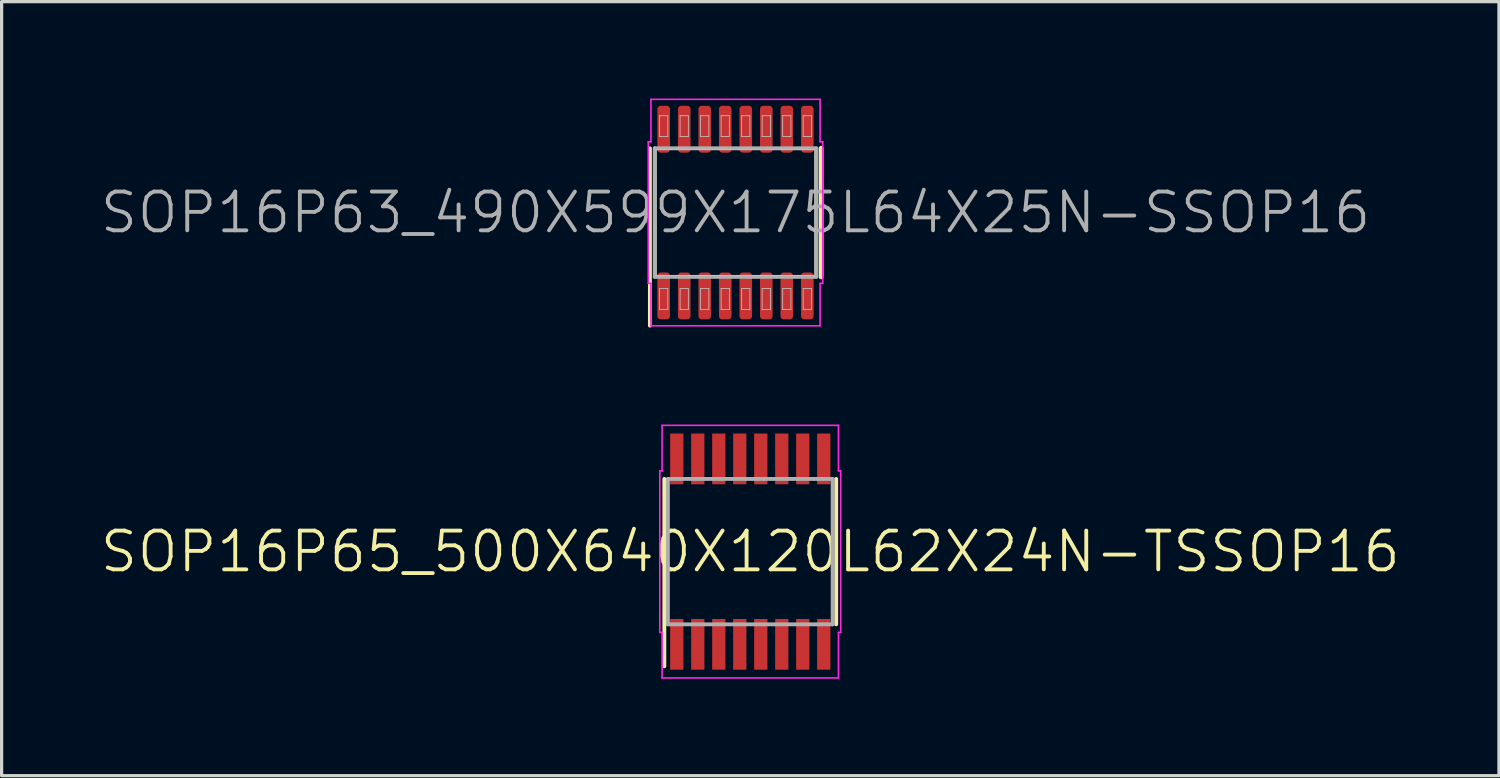
<source format=kicad_pcb>
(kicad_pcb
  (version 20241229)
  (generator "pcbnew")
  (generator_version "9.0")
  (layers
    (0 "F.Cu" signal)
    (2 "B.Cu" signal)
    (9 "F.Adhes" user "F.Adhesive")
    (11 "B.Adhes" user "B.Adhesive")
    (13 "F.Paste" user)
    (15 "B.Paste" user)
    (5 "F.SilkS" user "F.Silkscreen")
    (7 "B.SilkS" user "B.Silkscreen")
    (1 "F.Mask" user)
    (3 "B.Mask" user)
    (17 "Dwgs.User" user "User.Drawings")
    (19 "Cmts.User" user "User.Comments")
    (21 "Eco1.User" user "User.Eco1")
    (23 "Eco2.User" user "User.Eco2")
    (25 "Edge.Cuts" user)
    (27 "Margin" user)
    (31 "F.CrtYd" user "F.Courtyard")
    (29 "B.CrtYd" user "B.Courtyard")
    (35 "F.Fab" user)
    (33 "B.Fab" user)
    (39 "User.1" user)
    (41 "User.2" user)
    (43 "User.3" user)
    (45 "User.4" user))
  (footprint "SOP16P65_500X640X120L62X24N-TSSOP16"
    (layer "F.Cu")
    (at 20.174 14.025)
    (property "Reference" "SOP16P65_500X640X120L62X24N-TSSOP16" (at 0 0 0) (layer "F.SilkS") (effects (font (size 1.2 1.2) (thickness 0.12))))
    (attr smd)
    (fp_line (start -2.66 3.55) (end -2.66 -2.25) (stroke (width 0.12) (type solid)) (layer "F.SilkS"))
    (fp_line (start 2.66 2.25) (end 2.66 -2.25) (stroke (width 0.12) (type solid)) (layer "F.SilkS"))
    (fp_line (start -2.8 -2.5) (end -2.8 2.5) (stroke (width 0.05) (type solid)) (layer "F.CrtYd"))
    (fp_line (start -2.8 2.5) (end -2.73 2.5) (stroke (width 0.05) (type solid)) (layer "F.CrtYd"))
    (fp_line (start -2.73 -3.91) (end -2.73 -2.5) (stroke (width 0.05) (type solid)) (layer "F.CrtYd"))
    (fp_line (start -2.73 -2.5) (end -2.8 -2.5) (stroke (width 0.05) (type solid)) (layer "F.CrtYd"))
    (fp_line (start -2.73 2.5) (end -2.73 3.91) (stroke (width 0.05) (type solid)) (layer "F.CrtYd"))
    (fp_line (start -2.73 3.91) (end 2.73 3.91) (stroke (width 0.05) (type solid)) (layer "F.CrtYd"))
    (fp_line (start 2.73 -3.91) (end -2.73 -3.91) (stroke (width 0.05) (type solid)) (layer "F.CrtYd"))
    (fp_line (start 2.73 -2.5) (end 2.73 -3.91) (stroke (width 0.05) (type solid)) (layer "F.CrtYd"))
    (fp_line (start 2.73 2.5) (end 2.8 2.5) (stroke (width 0.05) (type solid)) (layer "F.CrtYd"))
    (fp_line (start 2.73 3.91) (end 2.73 2.5) (stroke (width 0.05) (type solid)) (layer "F.CrtYd"))
    (fp_line (start 2.8 -2.5) (end 2.73 -2.5) (stroke (width 0.05) (type solid)) (layer "F.CrtYd"))
    (fp_line (start 2.8 2.5) (end 2.8 -2.5) (stroke (width 0.05) (type solid)) (layer "F.CrtYd"))
    (fp_line (start -2.55 -2.25) (end 2.55 -2.25) (stroke (width 0.12) (type solid)) (layer "F.Fab"))
    (fp_line (start -2.55 2.25) (end -2.55 -2.25) (stroke (width 0.12) (type solid)) (layer "F.Fab"))
    (fp_line (start 2.55 -2.25) (end 2.55 2.25) (stroke (width 0.12) (type solid)) (layer "F.Fab"))
    (fp_line (start 2.55 2.25) (end -2.55 2.25) (stroke (width 0.12) (type solid)) (layer "F.Fab"))
    (pad "1" smd rect (at -2.275 2.87 90) (size 1.57 0.41) (layers "F.Cu" "F.Mask" "F.Paste"))
    (pad "2" smd rect (at -1.625 2.87 90) (size 1.57 0.41) (layers "F.Cu" "F.Mask" "F.Paste"))
    (pad "3" smd rect (at -0.975 2.87 90) (size 1.57 0.41) (layers "F.Cu" "F.Mask" "F.Paste"))
    (pad "4" smd rect (at -0.325 2.87 90) (size 1.57 0.41) (layers "F.Cu" "F.Mask" "F.Paste"))
    (pad "5" smd rect (at 0.325 2.87 90) (size 1.57 0.41) (layers "F.Cu" "F.Mask" "F.Paste"))
    (pad "6" smd rect (at 0.975 2.87 90) (size 1.57 0.41) (layers "F.Cu" "F.Mask" "F.Paste"))
    (pad "7" smd rect (at 1.625 2.87 90) (size 1.57 0.41) (layers "F.Cu" "F.Mask" "F.Paste"))
    (pad "8" smd rect (at 2.275 2.87 90) (size 1.57 0.41) (layers "F.Cu" "F.Mask" "F.Paste"))
    (pad "9" smd rect (at 2.275 -2.87 90) (size 1.57 0.41) (layers "F.Cu" "F.Mask" "F.Paste"))
    (pad "10" smd rect (at 1.625 -2.87 90) (size 1.57 0.41) (layers "F.Cu" "F.Mask" "F.Paste"))
    (pad "11" smd rect (at 0.975 -2.87 90) (size 1.57 0.41) (layers "F.Cu" "F.Mask" "F.Paste"))
    (pad "12" smd rect (at 0.325 -2.87 90) (size 1.57 0.41) (layers "F.Cu" "F.Mask" "F.Paste"))
    (pad "13" smd rect (at -0.325 -2.87 90) (size 1.57 0.41) (layers "F.Cu" "F.Mask" "F.Paste"))
    (pad "14" smd rect (at -0.975 -2.87 90) (size 1.57 0.41) (layers "F.Cu" "F.Mask" "F.Paste"))
    (pad "15" smd rect (at -1.625 -2.87 90) (size 1.57 0.41) (layers "F.Cu" "F.Mask" "F.Paste"))
    (pad "16" smd rect (at -2.275 -2.87 90) (size 1.57 0.41) (layers "F.Cu" "F.Mask" "F.Paste")))
  (footprint "SOP16P63_490X599X175L64X25N-SSOP16"
    (layer "F.Cu")
    (at 19.717 3.53)
    (property "Reference" "SOP16P63_490X599X175L64X25N-SSOP16" (at 0 0 0) (layer "F.Fab") (effects (font (size 1.2 1.2) (thickness 0.12))))
    (attr smd)
    (fp_line (start -2.65 3.5) (end -2.65 -1.99) (stroke (width 0.12) (type solid)) (layer "F.SilkS"))
    (fp_line (start 2.65 1.99) (end 2.65 -1.99) (stroke (width 0.15) (type solid)) (layer "F.SilkS"))
    (fp_line (start -2.453 -1.948) (end 2.453 -1.948) (stroke (width 0.025) (type solid)) (layer "Dwgs.User"))
    (fp_line (start -2.453 1.948) (end -2.453 -1.948) (stroke (width 0.025) (type solid)) (layer "Dwgs.User"))
    (fp_line (start -2.35 -2.998) (end -2.095 -2.998) (stroke (width 0.025) (type solid)) (layer "Dwgs.User"))
    (fp_line (start -2.35 -2.353) (end -2.35 -2.998) (stroke (width 0.025) (type solid)) (layer "Dwgs.User"))
    (fp_line (start -2.35 2.353) (end -2.095 2.353) (stroke (width 0.025) (type solid)) (layer "Dwgs.User"))
    (fp_line (start -2.35 2.998) (end -2.35 2.353) (stroke (width 0.025) (type solid)) (layer "Dwgs.User"))
    (fp_line (start -2.095 -2.998) (end -2.095 -2.353) (stroke (width 0.025) (type solid)) (layer "Dwgs.User"))
    (fp_line (start -2.095 -2.353) (end -2.35 -2.353) (stroke (width 0.025) (type solid)) (layer "Dwgs.User"))
    (fp_line (start -2.095 2.353) (end -2.095 2.998) (stroke (width 0.025) (type solid)) (layer "Dwgs.User"))
    (fp_line (start -2.095 2.998) (end -2.35 2.998) (stroke (width 0.025) (type solid)) (layer "Dwgs.User"))
    (fp_line (start -1.715 -2.998) (end -1.46 -2.998) (stroke (width 0.025) (type solid)) (layer "Dwgs.User"))
    (fp_line (start -1.715 -2.353) (end -1.715 -2.998) (stroke (width 0.025) (type solid)) (layer "Dwgs.User"))
    (fp_line (start -1.715 2.353) (end -1.46 2.353) (stroke (width 0.025) (type solid)) (layer "Dwgs.User"))
    (fp_line (start -1.715 2.998) (end -1.715 2.353) (stroke (width 0.025) (type solid)) (layer "Dwgs.User"))
    (fp_line (start -1.46 -2.998) (end -1.46 -2.353) (stroke (width 0.025) (type solid)) (layer "Dwgs.User"))
    (fp_line (start -1.46 -2.353) (end -1.715 -2.353) (stroke (width 0.025) (type solid)) (layer "Dwgs.User"))
    (fp_line (start -1.46 2.353) (end -1.46 2.998) (stroke (width 0.025) (type solid)) (layer "Dwgs.User"))
    (fp_line (start -1.46 2.998) (end -1.715 2.998) (stroke (width 0.025) (type solid)) (layer "Dwgs.User"))
    (fp_line (start -1.08 -2.998) (end -0.825 -2.998) (stroke (width 0.025) (type solid)) (layer "Dwgs.User"))
    (fp_line (start -1.08 -2.353) (end -1.08 -2.998) (stroke (width 0.025) (type solid)) (layer "Dwgs.User"))
    (fp_line (start -1.08 2.353) (end -0.825 2.353) (stroke (width 0.025) (type solid)) (layer "Dwgs.User"))
    (fp_line (start -1.08 2.998) (end -1.08 2.353) (stroke (width 0.025) (type solid)) (layer "Dwgs.User"))
    (fp_line (start -0.825 -2.998) (end -0.825 -2.353) (stroke (width 0.025) (type solid)) (layer "Dwgs.User"))
    (fp_line (start -0.825 -2.353) (end -1.08 -2.353) (stroke (width 0.025) (type solid)) (layer "Dwgs.User"))
    (fp_line (start -0.825 2.353) (end -0.825 2.998) (stroke (width 0.025) (type solid)) (layer "Dwgs.User"))
    (fp_line (start -0.825 2.998) (end -1.08 2.998) (stroke (width 0.025) (type solid)) (layer "Dwgs.User"))
    (fp_line (start -0.445 -2.998) (end -0.19 -2.998) (stroke (width 0.025) (type solid)) (layer "Dwgs.User"))
    (fp_line (start -0.445 -2.353) (end -0.445 -2.998) (stroke (width 0.025) (type solid)) (layer "Dwgs.User"))
    (fp_line (start -0.445 2.353) (end -0.19 2.353) (stroke (width 0.025) (type solid)) (layer "Dwgs.User"))
    (fp_line (start -0.445 2.998) (end -0.445 2.353) (stroke (width 0.025) (type solid)) (layer "Dwgs.User"))
    (fp_line (start -0.19 -2.998) (end -0.19 -2.353) (stroke (width 0.025) (type solid)) (layer "Dwgs.User"))
    (fp_line (start -0.19 -2.353) (end -0.445 -2.353) (stroke (width 0.025) (type solid)) (layer "Dwgs.User"))
    (fp_line (start -0.19 2.353) (end -0.19 2.998) (stroke (width 0.025) (type solid)) (layer "Dwgs.User"))
    (fp_line (start -0.19 2.998) (end -0.445 2.998) (stroke (width 0.025) (type solid)) (layer "Dwgs.User"))
    (fp_line (start 0.19 -2.998) (end 0.445 -2.998) (stroke (width 0.025) (type solid)) (layer "Dwgs.User"))
    (fp_line (start 0.19 -2.353) (end 0.19 -2.998) (stroke (width 0.025) (type solid)) (layer "Dwgs.User"))
    (fp_line (start 0.19 2.353) (end 0.445 2.353) (stroke (width 0.025) (type solid)) (layer "Dwgs.User"))
    (fp_line (start 0.19 2.998) (end 0.19 2.353) (stroke (width 0.025) (type solid)) (layer "Dwgs.User"))
    (fp_line (start 0.445 -2.998) (end 0.445 -2.353) (stroke (width 0.025) (type solid)) (layer "Dwgs.User"))
    (fp_line (start 0.445 -2.353) (end 0.19 -2.353) (stroke (width 0.025) (type solid)) (layer "Dwgs.User"))
    (fp_line (start 0.445 2.353) (end 0.445 2.998) (stroke (width 0.025) (type solid)) (layer "Dwgs.User"))
    (fp_line (start 0.445 2.998) (end 0.19 2.998) (stroke (width 0.025) (type solid)) (layer "Dwgs.User"))
    (fp_line (start 0.825 -2.998) (end 1.08 -2.998) (stroke (width 0.025) (type solid)) (layer "Dwgs.User"))
    (fp_line (start 0.825 -2.353) (end 0.825 -2.998) (stroke (width 0.025) (type solid)) (layer "Dwgs.User"))
    (fp_line (start 0.825 2.353) (end 1.08 2.353) (stroke (width 0.025) (type solid)) (layer "Dwgs.User"))
    (fp_line (start 0.825 2.998) (end 0.825 2.353) (stroke (width 0.025) (type solid)) (layer "Dwgs.User"))
    (fp_line (start 1.08 -2.998) (end 1.08 -2.353) (stroke (width 0.025) (type solid)) (layer "Dwgs.User"))
    (fp_line (start 1.08 -2.353) (end 0.825 -2.353) (stroke (width 0.025) (type solid)) (layer "Dwgs.User"))
    (fp_line (start 1.08 2.353) (end 1.08 2.998) (stroke (width 0.025) (type solid)) (layer "Dwgs.User"))
    (fp_line (start 1.08 2.998) (end 0.825 2.998) (stroke (width 0.025) (type solid)) (layer "Dwgs.User"))
    (fp_line (start 1.46 -2.998) (end 1.715 -2.998) (stroke (width 0.025) (type solid)) (layer "Dwgs.User"))
    (fp_line (start 1.46 -2.353) (end 1.46 -2.998) (stroke (width 0.025) (type solid)) (layer "Dwgs.User"))
    (fp_line (start 1.46 2.353) (end 1.715 2.353) (stroke (width 0.025) (type solid)) (layer "Dwgs.User"))
    (fp_line (start 1.46 2.998) (end 1.46 2.353) (stroke (width 0.025) (type solid)) (layer "Dwgs.User"))
    (fp_line (start 1.715 -2.998) (end 1.715 -2.353) (stroke (width 0.025) (type solid)) (layer "Dwgs.User"))
    (fp_line (start 1.715 -2.353) (end 1.46 -2.353) (stroke (width 0.025) (type solid)) (layer "Dwgs.User"))
    (fp_line (start 1.715 2.353) (end 1.715 2.998) (stroke (width 0.025) (type solid)) (layer "Dwgs.User"))
    (fp_line (start 1.715 2.998) (end 1.46 2.998) (stroke (width 0.025) (type solid)) (layer "Dwgs.User"))
    (fp_line (start 2.095 -2.998) (end 2.35 -2.998) (stroke (width 0.025) (type solid)) (layer "Dwgs.User"))
    (fp_line (start 2.095 -2.353) (end 2.095 -2.998) (stroke (width 0.025) (type solid)) (layer "Dwgs.User"))
    (fp_line (start 2.095 2.353) (end 2.35 2.353) (stroke (width 0.025) (type solid)) (layer "Dwgs.User"))
    (fp_line (start 2.095 2.998) (end 2.095 2.353) (stroke (width 0.025) (type solid)) (layer "Dwgs.User"))
    (fp_line (start 2.35 -2.998) (end 2.35 -2.353) (stroke (width 0.025) (type solid)) (layer "Dwgs.User"))
    (fp_line (start 2.35 -2.353) (end 2.095 -2.353) (stroke (width 0.025) (type solid)) (layer "Dwgs.User"))
    (fp_line (start 2.35 2.353) (end 2.35 2.998) (stroke (width 0.025) (type solid)) (layer "Dwgs.User"))
    (fp_line (start 2.35 2.998) (end 2.095 2.998) (stroke (width 0.025) (type solid)) (layer "Dwgs.User"))
    (fp_line (start 2.453 -1.948) (end 2.453 1.948) (stroke (width 0.025) (type solid)) (layer "Dwgs.User"))
    (fp_line (start 2.453 1.948) (end -2.453 1.948) (stroke (width 0.025) (type solid)) (layer "Dwgs.User"))
    (fp_line (start -2.7 -2.19) (end -2.7 2.19) (stroke (width 0.05) (type solid)) (layer "F.CrtYd"))
    (fp_line (start -2.7 2.19) (end -2.618 2.19) (stroke (width 0.05) (type solid)) (layer "F.CrtYd"))
    (fp_line (start -2.618 -3.505) (end -2.618 -2.19) (stroke (width 0.05) (type solid)) (layer "F.CrtYd"))
    (fp_line (start -2.618 -2.19) (end -2.7 -2.19) (stroke (width 0.05) (type solid)) (layer "F.CrtYd"))
    (fp_line (start -2.618 2.19) (end -2.618 3.505) (stroke (width 0.05) (type solid)) (layer "F.CrtYd"))
    (fp_line (start -2.618 3.505) (end 2.618 3.505) (stroke (width 0.05) (type solid)) (layer "F.CrtYd"))
    (fp_line (start 2.618 -3.505) (end -2.618 -3.505) (stroke (width 0.05) (type solid)) (layer "F.CrtYd"))
    (fp_line (start 2.618 -2.19) (end 2.618 -3.505) (stroke (width 0.05) (type solid)) (layer "F.CrtYd"))
    (fp_line (start 2.618 2.19) (end 2.7 2.19) (stroke (width 0.05) (type solid)) (layer "F.CrtYd"))
    (fp_line (start 2.618 3.505) (end 2.618 2.19) (stroke (width 0.05) (type solid)) (layer "F.CrtYd"))
    (fp_line (start 2.7 -2.19) (end 2.618 -2.19) (stroke (width 0.05) (type solid)) (layer "F.CrtYd"))
    (fp_line (start 2.7 2.19) (end 2.7 -2.19) (stroke (width 0.05) (type solid)) (layer "F.CrtYd"))
    (fp_line (start -2.5 -1.99) (end 2.5 -1.99) (stroke (width 0.12) (type solid)) (layer "F.Fab"))
    (fp_line (start -2.5 1.99) (end -2.5 -1.99) (stroke (width 0.12) (type solid)) (layer "F.Fab"))
    (fp_line (start 2.5 -1.99) (end 2.5 1.99) (stroke (width 0.12) (type solid)) (layer "F.Fab"))
    (fp_line (start 2.5 1.99) (end -2.5 1.99) (stroke (width 0.12) (type solid)) (layer "F.Fab"))
    (pad "1" smd roundrect (at -2.223 2.58 90) (size 1.45 0.39) (layers "F.Cu" "F.Mask" "F.Paste") (roundrect_rratio 0.256))
    (pad "2" smd roundrect (at -1.587 2.58 90) (size 1.45 0.39) (layers "F.Cu" "F.Mask" "F.Paste") (roundrect_rratio 0.256))
    (pad "3" smd roundrect (at -0.953 2.58 90) (size 1.45 0.39) (layers "F.Cu" "F.Mask" "F.Paste") (roundrect_rratio 0.256))
    (pad "4" smd roundrect (at -0.318 2.58 90) (size 1.45 0.39) (layers "F.Cu" "F.Mask" "F.Paste") (roundrect_rratio 0.256))
    (pad "5" smd roundrect (at 0.318 2.58 90) (size 1.45 0.39) (layers "F.Cu" "F.Mask" "F.Paste") (roundrect_rratio 0.256))
    (pad "6" smd roundrect (at 0.953 2.58 90) (size 1.45 0.39) (layers "F.Cu" "F.Mask" "F.Paste") (roundrect_rratio 0.256))
    (pad "7" smd roundrect (at 1.587 2.58 90) (size 1.45 0.39) (layers "F.Cu" "F.Mask" "F.Paste") (roundrect_rratio 0.256))
    (pad "8" smd roundrect (at 2.223 2.58 90) (size 1.45 0.39) (layers "F.Cu" "F.Mask" "F.Paste") (roundrect_rratio 0.256))
    (pad "9" smd roundrect (at 2.223 -2.58 90) (size 1.45 0.39) (layers "F.Cu" "F.Mask" "F.Paste") (roundrect_rratio 0.256))
    (pad "10" smd roundrect (at 1.587 -2.58 90) (size 1.45 0.39) (layers "F.Cu" "F.Mask" "F.Paste") (roundrect_rratio 0.256))
    (pad "11" smd roundrect (at 0.953 -2.58 90) (size 1.45 0.39) (layers "F.Cu" "F.Mask" "F.Paste") (roundrect_rratio 0.256))
    (pad "12" smd roundrect (at 0.318 -2.58 90) (size 1.45 0.39) (layers "F.Cu" "F.Mask" "F.Paste") (roundrect_rratio 0.256))
    (pad "13" smd roundrect (at -0.318 -2.58 90) (size 1.45 0.39) (layers "F.Cu" "F.Mask" "F.Paste") (roundrect_rratio 0.256))
    (pad "14" smd roundrect (at -0.953 -2.58 90) (size 1.45 0.39) (layers "F.Cu" "F.Mask" "F.Paste") (roundrect_rratio 0.256))
    (pad "15" smd roundrect (at -1.587 -2.58 90) (size 1.45 0.39) (layers "F.Cu" "F.Mask" "F.Paste") (roundrect_rratio 0.256))
    (pad "16" smd roundrect (at -2.223 -2.58 90) (size 1.45 0.39) (layers "F.Cu" "F.Mask" "F.Paste") (roundrect_rratio 0.256)))
  (gr_rect
    (start -3 -3)
    (end 43.349 20.96)
    (stroke (width 0.1) (type default))
    (fill no)
    (layer "Edge.Cuts")))
</source>
